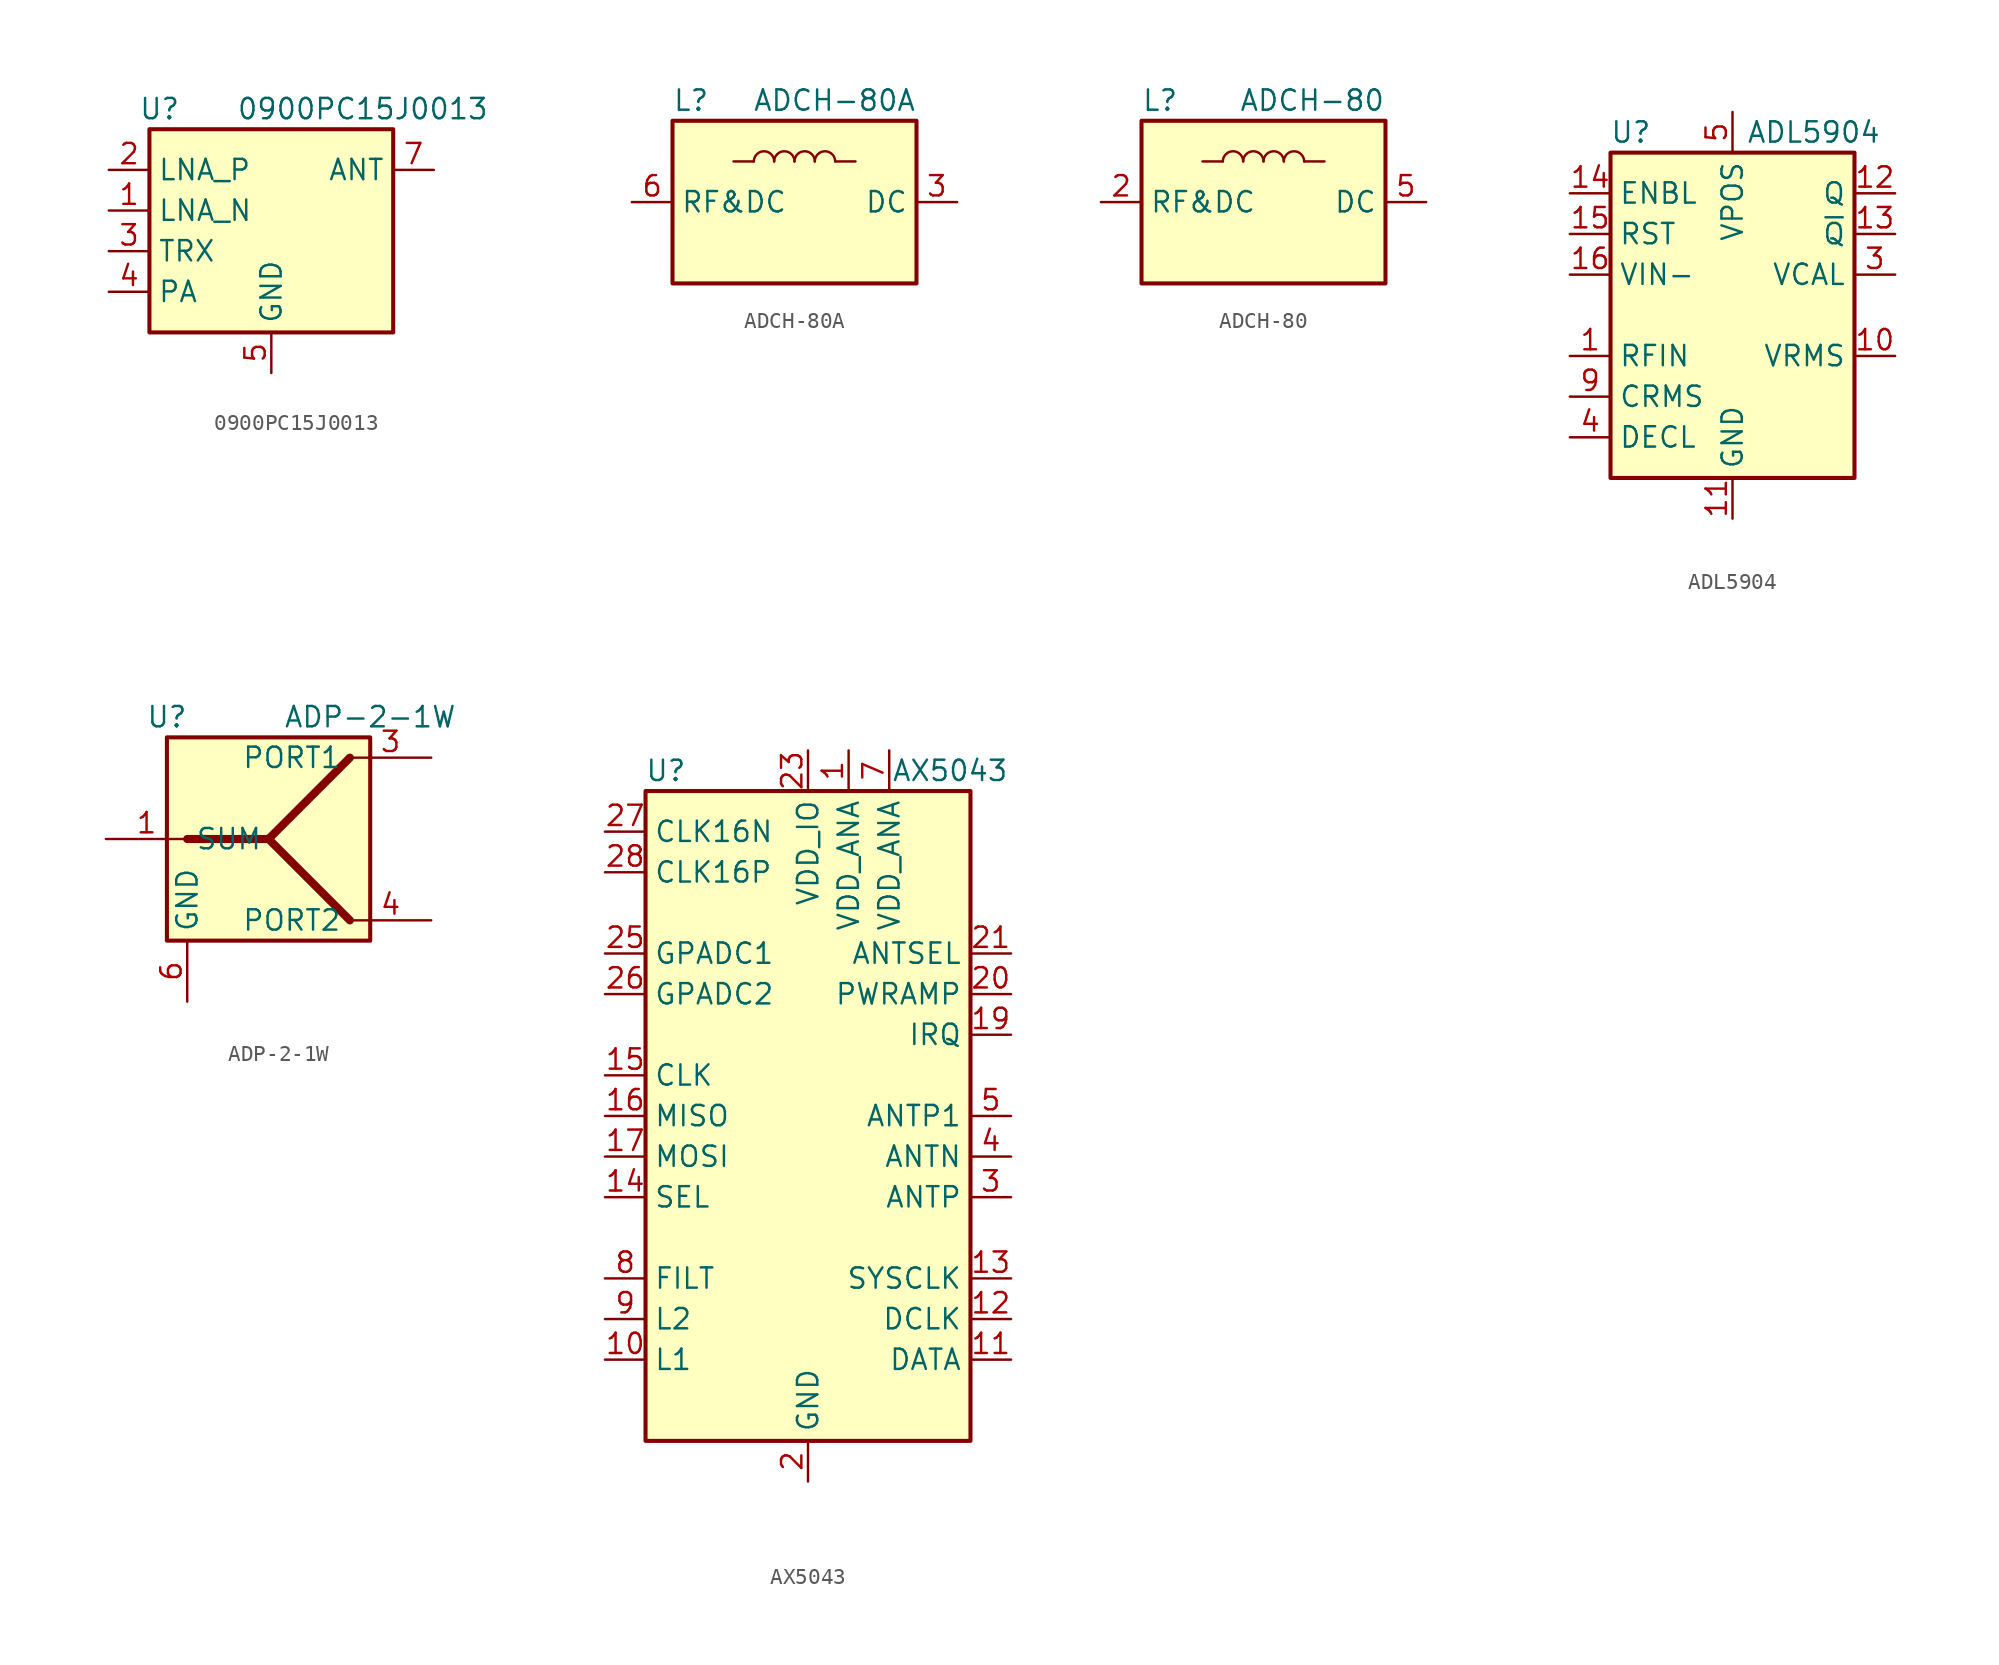
<source format=kicad_sym>
(kicad_symbol_lib
  (version 20201005)
  (generator kicad_symbol_editor)
  (symbol "0900PC15J0013"
    (property "Reference" "U"
      (at -6.985 8.89 0)
      (effects (font (size 1.27 1.27))))
    (property "Value" "0900PC15J0013"
      (at 5.715 8.89 0)
      (effects (font (size 1.27 1.27))))
    (symbol "0900PC15J0013_0_1"
      (rectangle (start -7.62 7.62) (end 7.62 -5.08) (stroke (width 0.254)) (fill (type background))))
    (symbol "0900PC15J0013_1_1"
      (pin passive line (at -10.16 2.54 0) (length 2.54) (name "LNA_N" (effects (font (size 1.27 1.27)))) (number "1" (effects (font (size 1.27 1.27)))))
      (pin passive line (at 0 -7.62 90) (length 2.54) hide (name "GND" (effects (font (size 1.27 1.27)))) (number "10" (effects (font (size 1.27 1.27)))))
      (pin passive line (at -10.16 5.08 0) (length 2.54) (name "LNA_P" (effects (font (size 1.27 1.27)))) (number "2" (effects (font (size 1.27 1.27)))))
      (pin passive line (at -10.16 0 0) (length 2.54) (name "TRX" (effects (font (size 1.27 1.27)))) (number "3" (effects (font (size 1.27 1.27)))))
      (pin passive line (at -10.16 -2.54 0) (length 2.54) (name "PA" (effects (font (size 1.27 1.27)))) (number "4" (effects (font (size 1.27 1.27)))))
      (pin power_in line (at 0 -7.62 90) (length 2.54) (name "GND" (effects (font (size 1.27 1.27)))) (number "5" (effects (font (size 1.27 1.27)))))
      (pin passive line (at 0 -7.62 90) (length 2.54) hide (name "GND" (effects (font (size 1.27 1.27)))) (number "6" (effects (font (size 1.27 1.27)))))
      (pin passive line (at 10.16 5.08 180) (length 2.54) (name "ANT" (effects (font (size 1.27 1.27)))) (number "7" (effects (font (size 1.27 1.27)))))
      (pin passive line (at 0 -7.62 90) (length 2.54) hide (name "GND" (effects (font (size 1.27 1.27)))) (number "8" (effects (font (size 1.27 1.27)))))
      (pin passive line (at 0 -7.62 90) (length 2.54) hide (name "GND" (effects (font (size 1.27 1.27)))) (number "9" (effects (font (size 1.27 1.27)))))))
  (symbol "ADCH-80A"
    (property "Reference" "L"
      (at -7.62 6.35 0)
      (effects (font (size 1.27 1.27)) (justify left)))
    (property "Value" "ADCH-80A"
      (at 7.62 6.35 0)
      (effects (font (size 1.27 1.27)) (justify right)))
    (symbol "ADCH-80A_1_1"
      (arc (start -1.27 2.54) (end -2.54 2.54) (radius (at -1.905 2.54) (length 0.635) (angles 0.1 179.9)) (stroke (width 0)) (fill (type none)))
      (arc (start 0 2.54) (end -1.27 2.54) (radius (at -0.635 2.54) (length 0.635) (angles 0.1 179.9)) (stroke (width 0)) (fill (type none)))
      (arc (start 1.27 2.54) (end 0 2.54) (radius (at 0.635 2.54) (length 0.635) (angles 0.1 179.9)) (stroke (width 0)) (fill (type none)))
      (arc (start 2.54 2.54) (end 1.27 2.54) (radius (at 1.905 2.54) (length 0.635) (angles 0.1 179.9)) (stroke (width 0)) (fill (type none)))
      (rectangle (start 2.54 2.54) (end 3.81 2.54) (stroke (width 0)) (fill (type none)))
      (rectangle (start -7.62 5.08) (end 7.62 -5.08) (stroke (width 0.254)) (fill (type background)))
      (polyline (pts (xy -2.54 2.54) (xy -3.81 2.54)) (stroke (width 0)) (fill (type none)))
      (pin no_connect line (at -5.08 -5.08 90) (length 2.54) hide (name "NC" (effects (font (size 1.27 1.27)))) (number "1" (effects (font (size 1.27 1.27)))))
      (pin no_connect line (at -2.54 -5.08 90) (length 2.54) hide (name "NC" (effects (font (size 1.27 1.27)))) (number "2" (effects (font (size 1.27 1.27)))))
      (pin passive line (at 10.16 0 180) (length 2.54) (name "DC" (effects (font (size 1.27 1.27)))) (number "3" (effects (font (size 1.27 1.27)))))
      (pin no_connect line (at 0 -5.08 90) (length 2.54) hide (name "NC" (effects (font (size 1.27 1.27)))) (number "4" (effects (font (size 1.27 1.27)))))
      (pin no_connect line (at 2.54 -5.08 90) (length 2.54) hide (name "NC" (effects (font (size 1.27 1.27)))) (number "5" (effects (font (size 1.27 1.27)))))
      (pin passive line (at -10.16 0 0) (length 2.54) (name "RF&DC" (effects (font (size 1.27 1.27)))) (number "6" (effects (font (size 1.27 1.27)))))))
  (symbol "ADCH-80"
    (property "Reference" "L"
      (at -7.62 6.35 0)
      (effects (font (size 1.27 1.27)) (justify left)))
    (property "Value" "ADCH-80"
      (at 7.62 6.35 0)
      (effects (font (size 1.27 1.27)) (justify right)))
    (symbol "ADCH-80_0_1"
      (rectangle (start 2.54 2.54) (end 3.81 2.54) (stroke (width 0)) (fill (type none)))
      (polyline (pts (xy -2.54 2.54) (xy -3.81 2.54)) (stroke (width 0)) (fill (type none))))
    (symbol "ADCH-80_1_1"
      (arc (start -1.27 2.54) (end -2.54 2.54) (radius (at -1.905 2.54) (length 0.635) (angles 0.1 179.9)) (stroke (width 0)) (fill (type none)))
      (arc (start 0 2.54) (end -1.27 2.54) (radius (at -0.635 2.54) (length 0.635) (angles 0.1 179.9)) (stroke (width 0)) (fill (type none)))
      (arc (start 1.27 2.54) (end 0 2.54) (radius (at 0.635 2.54) (length 0.635) (angles 0.1 179.9)) (stroke (width 0)) (fill (type none)))
      (arc (start 2.54 2.54) (end 1.27 2.54) (radius (at 1.905 2.54) (length 0.635) (angles 0.1 179.9)) (stroke (width 0)) (fill (type none)))
      (rectangle (start -7.62 5.08) (end 7.62 -5.08) (stroke (width 0.254)) (fill (type background)))
      (pin no_connect line (at -5.08 -5.08 90) (length 2.54) hide (name "NC" (effects (font (size 1.27 1.27)))) (number "1" (effects (font (size 1.27 1.27)))))
      (pin passive line (at -10.16 0 0) (length 2.54) (name "RF&DC" (effects (font (size 1.27 1.27)))) (number "2" (effects (font (size 1.27 1.27)))))
      (pin no_connect line (at -2.54 -5.08 90) (length 2.54) hide (name "NC" (effects (font (size 1.27 1.27)))) (number "3" (effects (font (size 1.27 1.27)))))
      (pin no_connect line (at 0 -5.08 90) (length 2.54) hide (name "NC" (effects (font (size 1.27 1.27)))) (number "4" (effects (font (size 1.27 1.27)))))
      (pin passive line (at 10.16 0 180) (length 2.54) (name "DC" (effects (font (size 1.27 1.27)))) (number "5" (effects (font (size 1.27 1.27)))))
      (pin no_connect line (at 2.54 -5.08 90) (length 2.54) hide (name "NC" (effects (font (size 1.27 1.27)))) (number "6" (effects (font (size 1.27 1.27)))))))
  (symbol "ADL5904"
    (property "Reference" "U"
      (at -6.35 11.43 0)
      (effects (font (size 1.27 1.27))))
    (property "Value" "ADL5904"
      (at 5.08 11.43 0)
      (effects (font (size 1.27 1.27))))
    (symbol "ADL5904_0_1"
      (rectangle (start -7.62 10.16) (end 7.62 -10.16) (stroke (width 0.254)) (fill (type background))))
    (symbol "ADL5904_1_1"
      (pin input line (at -10.16 -2.54 0) (length 2.54) (name "RFIN" (effects (font (size 1.27 1.27)))) (number "1" (effects (font (size 1.27 1.27)))))
      (pin output line (at 10.16 -2.54 180) (length 2.54) (name "VRMS" (effects (font (size 1.27 1.27)))) (number "10" (effects (font (size 1.27 1.27)))))
      (pin power_in line (at 0 -12.7 90) (length 2.54) (name "GND" (effects (font (size 1.27 1.27)))) (number "11" (effects (font (size 1.27 1.27)))))
      (pin output line (at 10.16 7.62 180) (length 2.54) (name "Q" (effects (font (size 1.27 1.27)))) (number "12" (effects (font (size 1.27 1.27)))))
      (pin output line (at 10.16 5.08 180) (length 2.54) (name "~Q" (effects (font (size 1.27 1.27)))) (number "13" (effects (font (size 1.27 1.27)))))
      (pin input line (at -10.16 7.62 0) (length 2.54) (name "ENBL" (effects (font (size 1.27 1.27)))) (number "14" (effects (font (size 1.27 1.27)))))
      (pin input line (at -10.16 5.08 0) (length 2.54) (name "RST" (effects (font (size 1.27 1.27)))) (number "15" (effects (font (size 1.27 1.27)))))
      (pin input line (at -10.16 2.54 0) (length 2.54) (name "VIN-" (effects (font (size 1.27 1.27)))) (number "16" (effects (font (size 1.27 1.27)))))
      (pin passive line (at 0 -12.7 90) (length 2.54) hide (name "GND" (effects (font (size 1.27 1.27)))) (number "17" (effects (font (size 1.27 1.27)))))
      (pin no_connect line (at 7.62 0 180) (length 2.54) hide (name "DNC" (effects (font (size 1.27 1.27)))) (number "2" (effects (font (size 1.27 1.27)))))
      (pin output line (at 10.16 2.54 180) (length 2.54) (name "VCAL" (effects (font (size 1.27 1.27)))) (number "3" (effects (font (size 1.27 1.27)))))
      (pin passive line (at -10.16 -7.62 0) (length 2.54) (name "DECL" (effects (font (size 1.27 1.27)))) (number "4" (effects (font (size 1.27 1.27)))))
      (pin power_in line (at 0 12.7 270) (length 2.54) (name "VPOS" (effects (font (size 1.27 1.27)))) (number "5" (effects (font (size 1.27 1.27)))))
      (pin no_connect line (at 7.62 -5.08 180) (length 2.54) hide (name "DNC" (effects (font (size 1.27 1.27)))) (number "6" (effects (font (size 1.27 1.27)))))
      (pin passive line (at 0 12.7 270) (length 2.54) hide (name "VPOS" (effects (font (size 1.27 1.27)))) (number "7" (effects (font (size 1.27 1.27)))))
      (pin no_connect line (at 7.62 -7.62 180) (length 2.54) hide (name "DNC" (effects (font (size 1.27 1.27)))) (number "8" (effects (font (size 1.27 1.27)))))
      (pin passive line (at -10.16 -5.08 0) (length 2.54) (name "CRMS" (effects (font (size 1.27 1.27)))) (number "9" (effects (font (size 1.27 1.27)))))))
  (symbol "ADP-2-1W"
    (property "Reference" "U"
      (at -6.35 7.62 0)
      (effects (font (size 1.27 1.27))))
    (property "Value" "ADP-2-1W"
      (at 6.35 7.62 0)
      (effects (font (size 1.27 1.27))))
    (symbol "ADP-2-1W_0_1"
      (rectangle (start -6.35 6.35) (end 6.35 -6.35) (stroke (width 0.254)) (fill (type background)))
      (polyline (pts (xy 0 0) (xy 5.08 -5.08)) (stroke (width 0.508)) (fill (type none)))
      (polyline (pts (xy -5.08 0) (xy 0 0) (xy 5.08 5.08)) (stroke (width 0.508)) (fill (type none))))
    (symbol "ADP-2-1W_1_1"
      (pin passive line (at -10.16 0 0) (length 5.08) (name "SUM" (effects (font (size 1.27 1.27)))) (number "1" (effects (font (size 1.27 1.27)))))
      (pin no_connect line (at 5.08 2.54 180) (length 5.08) hide (name "NC" (effects (font (size 1.27 1.27)))) (number "2" (effects (font (size 1.27 1.27)))))
      (pin passive line (at 10.16 5.08 180) (length 5.08) (name "PORT1" (effects (font (size 1.27 1.27)))) (number "3" (effects (font (size 1.27 1.27)))))
      (pin passive line (at 10.16 -5.08 180) (length 5.08) (name "PORT2" (effects (font (size 1.27 1.27)))) (number "4" (effects (font (size 1.27 1.27)))))
      (pin no_connect line (at 5.08 -2.54 180) (length 5.08) hide (name "NC" (effects (font (size 1.27 1.27)))) (number "5" (effects (font (size 1.27 1.27)))))
      (pin passive line (at -5.08 -10.16 90) (length 3.81) (name "GND" (effects (font (size 1.27 1.27)))) (number "6" (effects (font (size 1.27 1.27)))))))
  (symbol "AX5043"
    (property "Reference" "U"
      (at -8.89 21.59 0)
      (effects (font (size 1.27 1.27))))
    (property "Value" "AX5043"
      (at 8.89 21.59 0)
      (effects (font (size 1.27 1.27))))
    (symbol "AX5043_1_0"
      (rectangle (start -10.16 -20.32) (end 10.16 20.32) (stroke (width 0.254)) (fill (type background))))
    (symbol "AX5043_1_1"
      (pin power_out line (at 2.54 22.86 270) (length 2.54) (name "VDD_ANA" (effects (font (size 1.27 1.27)))) (number "1" (effects (font (size 1.27 1.27)))))
      (pin passive line (at -12.7 -15.24 0) (length 2.54) (name "L1" (effects (font (size 1.27 1.27)))) (number "10" (effects (font (size 1.27 1.27)))))
      (pin bidirectional line (at 12.7 -15.24 180) (length 2.54) (name "DATA" (effects (font (size 1.27 1.27)))) (number "11" (effects (font (size 1.27 1.27)))))
      (pin bidirectional line (at 12.7 -12.7 180) (length 2.54) (name "DCLK" (effects (font (size 1.27 1.27)))) (number "12" (effects (font (size 1.27 1.27)))))
      (pin bidirectional line (at 12.7 -10.16 180) (length 2.54) (name "SYSCLK" (effects (font (size 1.27 1.27)))) (number "13" (effects (font (size 1.27 1.27)))))
      (pin input line (at -12.7 -5.08 0) (length 2.54) (name "SEL" (effects (font (size 1.27 1.27)))) (number "14" (effects (font (size 1.27 1.27)))))
      (pin input line (at -12.7 2.54 0) (length 2.54) (name "CLK" (effects (font (size 1.27 1.27)))) (number "15" (effects (font (size 1.27 1.27)))))
      (pin output line (at -12.7 0 0) (length 2.54) (name "MISO" (effects (font (size 1.27 1.27)))) (number "16" (effects (font (size 1.27 1.27)))))
      (pin input line (at -12.7 -2.54 0) (length 2.54) (name "MOSI" (effects (font (size 1.27 1.27)))) (number "17" (effects (font (size 1.27 1.27)))))
      (pin no_connect line (at -2.54 -20.32 90) (length 2.54) hide (name "NC" (effects (font (size 1.27 1.27)))) (number "18" (effects (font (size 1.27 1.27)))))
      (pin output line (at 12.7 5.08 180) (length 2.54) (name "IRQ" (effects (font (size 1.27 1.27)))) (number "19" (effects (font (size 1.27 1.27)))))
      (pin power_in line (at 0 -22.86 90) (length 2.54) (name "GND" (effects (font (size 1.27 1.27)))) (number "2" (effects (font (size 1.27 1.27)))))
      (pin bidirectional line (at 12.7 7.62 180) (length 2.54) (name "PWRAMP" (effects (font (size 1.27 1.27)))) (number "20" (effects (font (size 1.27 1.27)))))
      (pin bidirectional line (at 12.7 10.16 180) (length 2.54) (name "ANTSEL" (effects (font (size 1.27 1.27)))) (number "21" (effects (font (size 1.27 1.27)))))
      (pin no_connect line (at 2.54 -20.32 90) (length 2.54) hide (name "NC" (effects (font (size 1.27 1.27)))) (number "22" (effects (font (size 1.27 1.27)))))
      (pin power_in line (at 0 22.86 270) (length 2.54) (name "VDD_IO" (effects (font (size 1.27 1.27)))) (number "23" (effects (font (size 1.27 1.27)))))
      (pin no_connect line (at -5.08 -20.32 90) (length 2.54) hide (name "NC" (effects (font (size 1.27 1.27)))) (number "24" (effects (font (size 1.27 1.27)))))
      (pin input line (at -12.7 10.16 0) (length 2.54) (name "GPADC1" (effects (font (size 1.27 1.27)))) (number "25" (effects (font (size 1.27 1.27)))))
      (pin input line (at -12.7 7.62 0) (length 2.54) (name "GPADC2" (effects (font (size 1.27 1.27)))) (number "26" (effects (font (size 1.27 1.27)))))
      (pin input line (at -12.7 17.78 0) (length 2.54) (name "CLK16N" (effects (font (size 1.27 1.27)))) (number "27" (effects (font (size 1.27 1.27)))))
      (pin input line (at -12.7 15.24 0) (length 2.54) (name "CLK16P" (effects (font (size 1.27 1.27)))) (number "28" (effects (font (size 1.27 1.27)))))
      (pin passive line (at 0 -22.86 90) (length 2.54) hide (name "GND" (effects (font (size 1.27 1.27)))) (number "29" (effects (font (size 1.27 1.27)))))
      (pin bidirectional line (at 12.7 -5.08 180) (length 2.54) (name "ANTP" (effects (font (size 1.27 1.27)))) (number "3" (effects (font (size 1.27 1.27)))))
      (pin bidirectional line (at 12.7 -2.54 180) (length 2.54) (name "ANTN" (effects (font (size 1.27 1.27)))) (number "4" (effects (font (size 1.27 1.27)))))
      (pin output line (at 12.7 0 180) (length 2.54) (name "ANTP1" (effects (font (size 1.27 1.27)))) (number "5" (effects (font (size 1.27 1.27)))))
      (pin passive line (at 0 -22.86 90) (length 2.54) hide (name "GND" (effects (font (size 1.27 1.27)))) (number "6" (effects (font (size 1.27 1.27)))))
      (pin power_out line (at 5.08 22.86 270) (length 2.54) (name "VDD_ANA" (effects (font (size 1.27 1.27)))) (number "7" (effects (font (size 1.27 1.27)))))
      (pin input line (at -12.7 -10.16 0) (length 2.54) (name "FILT" (effects (font (size 1.27 1.27)))) (number "8" (effects (font (size 1.27 1.27)))))
      (pin passive line (at -12.7 -12.7 0) (length 2.54) (name "L2" (effects (font (size 1.27 1.27)))) (number "9" (effects (font (size 1.27 1.27))))))))
</source>
